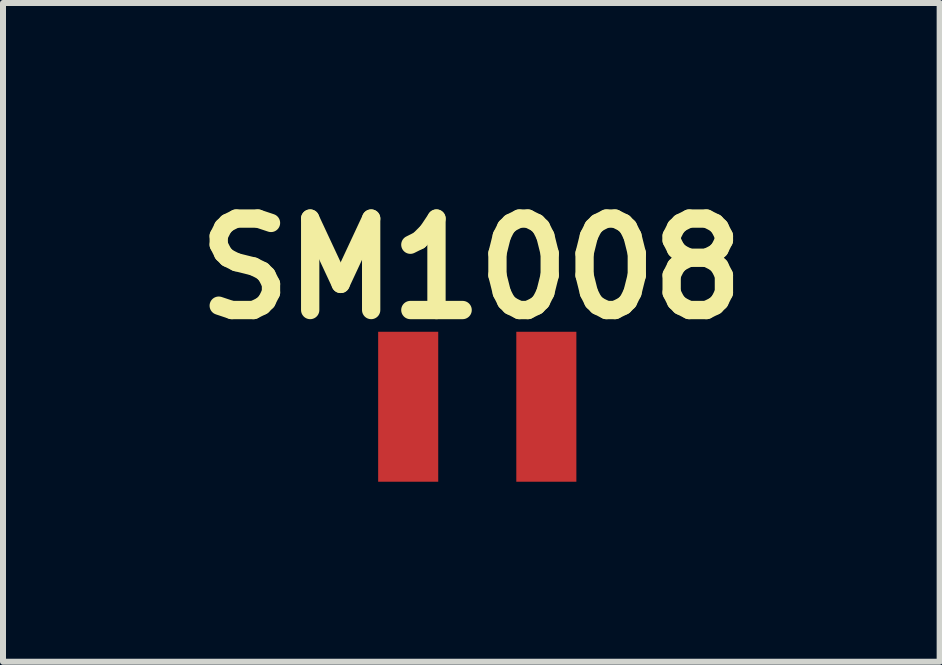
<source format=kicad_pcb>
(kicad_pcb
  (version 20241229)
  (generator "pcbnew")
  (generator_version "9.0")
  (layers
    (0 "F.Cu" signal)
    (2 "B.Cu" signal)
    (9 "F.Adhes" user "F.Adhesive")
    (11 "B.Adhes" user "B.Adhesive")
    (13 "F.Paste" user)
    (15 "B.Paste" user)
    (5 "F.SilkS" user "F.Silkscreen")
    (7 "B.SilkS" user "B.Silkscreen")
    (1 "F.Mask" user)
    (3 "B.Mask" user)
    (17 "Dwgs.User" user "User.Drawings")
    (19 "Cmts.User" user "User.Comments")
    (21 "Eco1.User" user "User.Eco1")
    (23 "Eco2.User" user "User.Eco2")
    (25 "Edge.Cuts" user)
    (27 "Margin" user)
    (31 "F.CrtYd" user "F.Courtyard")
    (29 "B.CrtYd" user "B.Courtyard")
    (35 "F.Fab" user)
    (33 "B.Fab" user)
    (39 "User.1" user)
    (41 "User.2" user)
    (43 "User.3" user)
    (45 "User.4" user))
  (footprint "SM1008"
    (layer "F.Cu")
    (at 4.903 3.728)
    (property "Reference" "SM1008" (at -0.099 -2.301 0) (layer "F.SilkS") (effects (font (size 1.524 1.524) (thickness 0.305))))
    (attr through_hole)
    (pad "1" smd rect (at 1.151 0) (size 1.001 2.499) (layers "F.Cu" "F.Mask" "F.Paste"))
    (pad "2" smd rect (at -1.151 0) (size 1.001 2.499) (layers "F.Cu" "F.Mask" "F.Paste")))
  (gr_rect
    (start -3 -3)
    (end 12.608 7.977)
    (stroke (width 0.1) (type default))
    (fill no)
    (layer "Edge.Cuts")))
</source>
